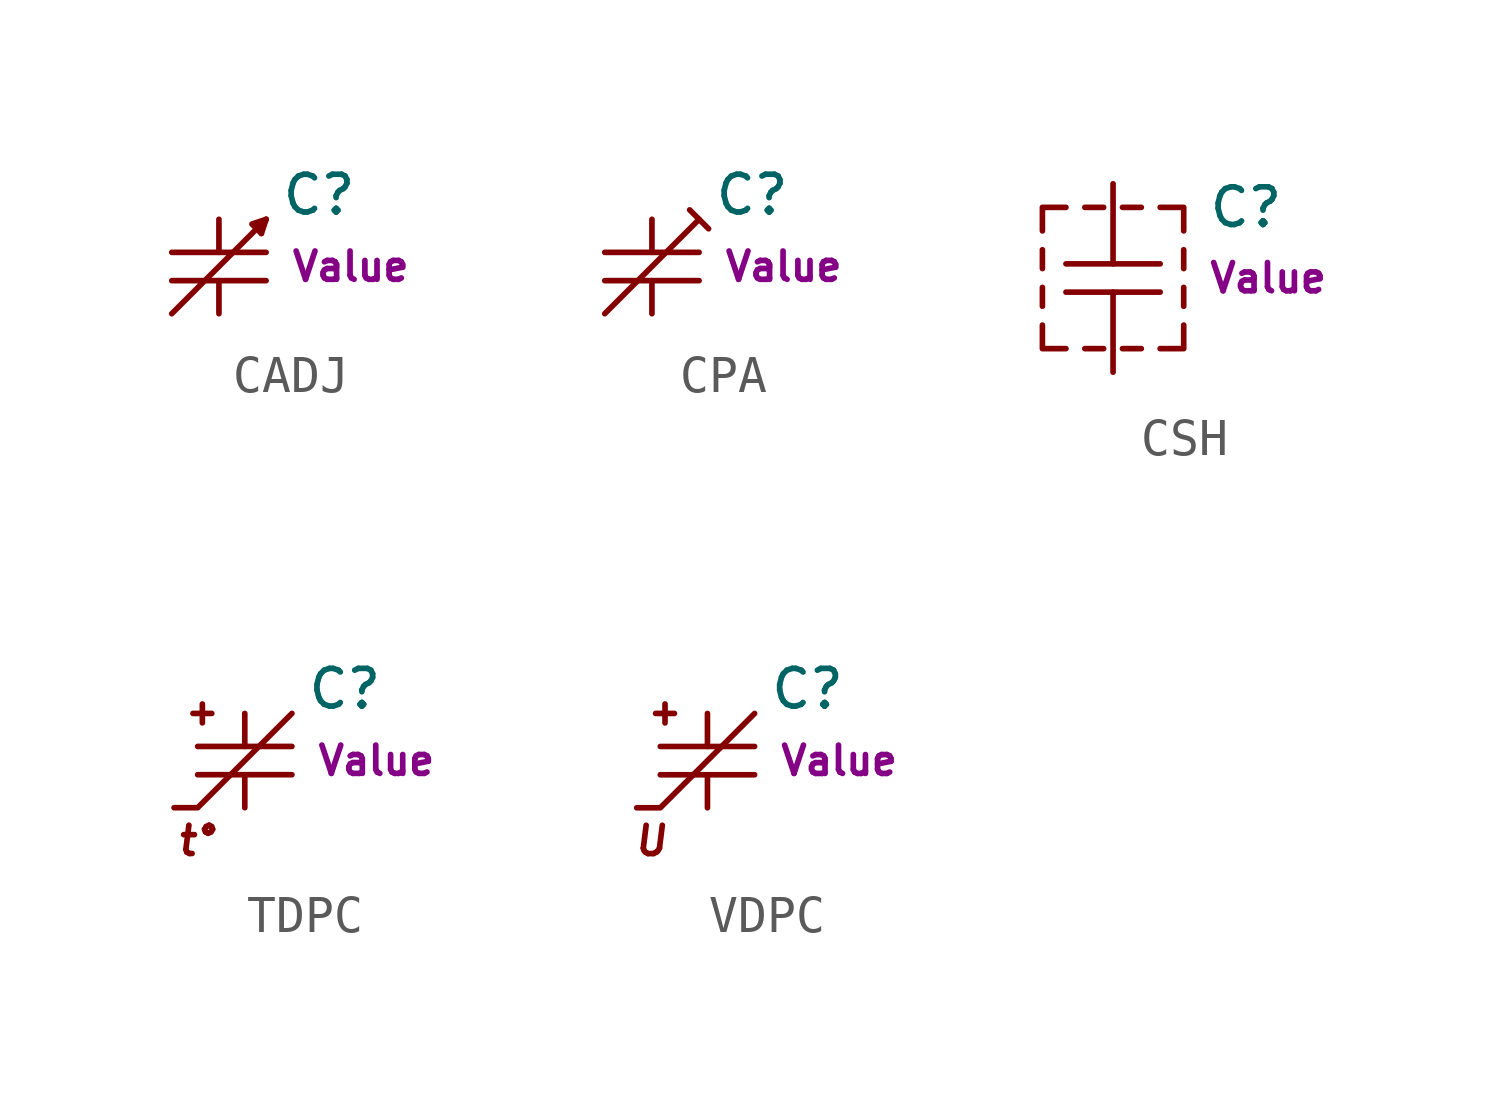
<source format=kicad_sym>
(kicad_symbol_lib
  (version 20211014)
  (generator kicad_symbol_editor)
  (symbol "CADJ"
    (pin_numbers hide)
    (pin_names
      (offset 0.254) hide)
    (property "Reference" "C"
      (at 1.651 1.93 0)
      (effects (font (size 1.016 1.016)) (justify left)))
    (property "Footprint" ""
      (at 0 0 0)
      (effects (font (size 1.524 1.524))))
    (property "Datasheet" ""
      (at 0 0 0)
      (effects (font (size 1.524 1.524))))
    (property "Unit" "Value"
      (at 1.905 0 0)
      (effects (font (size 0.762 0.762)) (justify left)))
    (symbol "CADJ_0_0"
      (polyline (pts (xy 1.27 1.27) (xy -1.27 -1.27)) (stroke (width 0) (type default) (color 0 0 0 0)) (fill (type none)))
      (polyline (pts (xy 1.27 1.27) (xy 1.143 0.889)) (stroke (width 0) (type default) (color 0 0 0 0)) (fill (type none)))
      (polyline (pts (xy 1.143 0.889) (xy 0.889 1.143) (xy 1.27 1.27)) (stroke (width 0) (type default) (color 0 0 0 0)) (fill (type outline))))
    (symbol "CADJ_0_1"
      (polyline (pts (xy -1.27 -0.381) (xy 1.27 -0.381)) (stroke (width 0) (type default) (color 0 0 0 0)) (fill (type none)))
      (polyline (pts (xy -1.27 0.381) (xy 1.27 0.381)) (stroke (width 0) (type default) (color 0 0 0 0)) (fill (type none))))
    (symbol "CADJ_1_1"
      (pin passive line (at 0 1.27 270) (length 0.889) (name "~" (effects (font (size 1.016 1.016)))) (number "1" (effects (font (size 1.016 1.016)))))
      (pin passive line (at 0 -1.27 90) (length 0.889) (name "~" (effects (font (size 1.016 1.016)))) (number "2" (effects (font (size 1.016 1.016)))))))
  (symbol "CPA"
    (pin_numbers hide)
    (pin_names
      (offset 0.254) hide)
    (property "Reference" "C"
      (at 1.651 1.93 0)
      (effects (font (size 1.016 1.016)) (justify left)))
    (property "Footprint" ""
      (at 0 0 0)
      (effects (font (size 1.524 1.524))))
    (property "Datasheet" ""
      (at 0 0 0)
      (effects (font (size 1.524 1.524))))
    (property "Unit" "Value"
      (at 1.905 0 0)
      (effects (font (size 0.762 0.762)) (justify left)))
    (symbol "CPA_0_0"
      (polyline (pts (xy 1.016 1.524) (xy 1.524 1.016)) (stroke (width 0) (type default) (color 0 0 0 0)) (fill (type none)))
      (polyline (pts (xy 1.27 1.27) (xy -1.27 -1.27)) (stroke (width 0) (type default) (color 0 0 0 0)) (fill (type none))))
    (symbol "CPA_0_1"
      (polyline (pts (xy -1.27 -0.381) (xy 1.27 -0.381)) (stroke (width 0) (type default) (color 0 0 0 0)) (fill (type none)))
      (polyline (pts (xy -1.27 0.381) (xy 1.27 0.381)) (stroke (width 0) (type default) (color 0 0 0 0)) (fill (type none))))
    (symbol "CPA_1_1"
      (pin passive line (at 0 1.27 270) (length 0.889) (name "~" (effects (font (size 1.016 1.016)))) (number "1" (effects (font (size 1.016 1.016)))))
      (pin passive line (at 0 -1.27 90) (length 0.889) (name "~" (effects (font (size 1.016 1.016)))) (number "2" (effects (font (size 1.016 1.016)))))))
  (symbol "CSH"
    (pin_numbers hide)
    (pin_names
      (offset 0.254) hide)
    (property "Reference" "C"
      (at 2.54 1.905 0)
      (effects (font (size 1.016 1.016)) (justify left)))
    (property "Footprint" ""
      (at 0 0 0)
      (effects (font (size 1.524 1.524))))
    (property "Datasheet" ""
      (at 0 0 0)
      (effects (font (size 1.524 1.524))))
    (property "Unit" "Value"
      (at 2.54 0 0)
      (effects (font (size 0.762 0.762)) (justify left)))
    (symbol "CSH_0_0"
      (polyline (pts (xy -1.905 -0.254) (xy -1.905 -0.762)) (stroke (width 0) (type default) (color 0 0 0 0)) (fill (type none)))
      (polyline (pts (xy -1.905 0.762) (xy -1.905 0.254)) (stroke (width 0) (type default) (color 0 0 0 0)) (fill (type none)))
      (polyline (pts (xy -0.762 -1.905) (xy -0.254 -1.905)) (stroke (width 0) (type default) (color 0 0 0 0)) (fill (type none)))
      (polyline (pts (xy -0.762 1.905) (xy -0.254 1.905)) (stroke (width 0) (type default) (color 0 0 0 0)) (fill (type none)))
      (polyline (pts (xy 0.254 -1.905) (xy 0.762 -1.905)) (stroke (width 0) (type default) (color 0 0 0 0)) (fill (type none)))
      (polyline (pts (xy 0.254 1.905) (xy 0.762 1.905)) (stroke (width 0) (type default) (color 0 0 0 0)) (fill (type none)))
      (polyline (pts (xy 1.905 -0.254) (xy 1.905 -0.762)) (stroke (width 0) (type default) (color 0 0 0 0)) (fill (type none)))
      (polyline (pts (xy 1.905 0.762) (xy 1.905 0.254)) (stroke (width 0) (type default) (color 0 0 0 0)) (fill (type none)))
      (polyline (pts (xy -1.905 1.27) (xy -1.905 1.905) (xy -1.27 1.905)) (stroke (width 0) (type default) (color 0 0 0 0)) (fill (type none)))
      (polyline (pts (xy -1.27 -1.905) (xy -1.905 -1.905) (xy -1.905 -1.27)) (stroke (width 0) (type default) (color 0 0 0 0)) (fill (type none)))
      (polyline (pts (xy 1.27 1.905) (xy 1.905 1.905) (xy 1.905 1.27)) (stroke (width 0) (type default) (color 0 0 0 0)) (fill (type none)))
      (polyline (pts (xy 1.905 -1.27) (xy 1.905 -1.905) (xy 1.27 -1.905)) (stroke (width 0) (type default) (color 0 0 0 0)) (fill (type none))))
    (symbol "CSH_0_1"
      (polyline (pts (xy -1.27 -0.381) (xy 1.27 -0.381)) (stroke (width 0) (type default) (color 0 0 0 0)) (fill (type none)))
      (polyline (pts (xy -1.27 0.381) (xy 1.27 0.381)) (stroke (width 0) (type default) (color 0 0 0 0)) (fill (type none))))
    (symbol "CSH_1_1"
      (pin passive line (at 0 2.54 270) (length 2.159) (name "~" (effects (font (size 1.016 1.016)))) (number "1" (effects (font (size 1.016 1.016)))))
      (pin passive line (at 0 -2.54 90) (length 2.159) (name "~" (effects (font (size 1.016 1.016)))) (number "2" (effects (font (size 1.016 1.016)))))))
  (symbol "TDPC"
    (pin_numbers hide)
    (pin_names
      (offset 0.254) hide)
    (property "Reference" "C"
      (at 1.651 1.93 0)
      (effects (font (size 1.016 1.016)) (justify left)))
    (property "Footprint" ""
      (at 0 0 0)
      (effects (font (size 1.524 1.524))))
    (property "Datasheet" ""
      (at 0 0 0)
      (effects (font (size 1.524 1.524))))
    (property "Unit" "Value"
      (at 1.905 0 0)
      (effects (font (size 0.762 0.762)) (justify left)))
    (symbol "TDPC_0_0"
      (text "t°" (at -1.27 -2.159 0) (effects (font (size 0.762 0.762) italic))))
    (symbol "TDPC_0_1"
      (polyline (pts (xy -1.397 1.27) (xy -0.889 1.27)) (stroke (width 0) (type default) (color 0 0 0 0)) (fill (type none)))
      (polyline (pts (xy -1.27 -0.381) (xy 1.27 -0.381)) (stroke (width 0) (type default) (color 0 0 0 0)) (fill (type none)))
      (polyline (pts (xy -1.27 0.381) (xy 1.27 0.381)) (stroke (width 0) (type default) (color 0 0 0 0)) (fill (type none)))
      (polyline (pts (xy -1.143 1.524) (xy -1.143 1.016)) (stroke (width 0) (type default) (color 0 0 0 0)) (fill (type none)))
      (polyline (pts (xy 1.27 1.27) (xy -1.27 -1.27) (xy -1.905 -1.27)) (stroke (width 0) (type default) (color 0 0 0 0)) (fill (type none))))
    (symbol "TDPC_1_1"
      (pin passive line (at 0 1.27 270) (length 0.889) (name "~" (effects (font (size 1.016 1.016)))) (number "1" (effects (font (size 1.016 1.016)))))
      (pin passive line (at 0 -1.27 90) (length 0.889) (name "~" (effects (font (size 1.016 1.016)))) (number "2" (effects (font (size 1.016 1.016)))))))
  (symbol "VDPC"
    (pin_numbers hide)
    (pin_names
      (offset 0.254) hide)
    (property "Reference" "C"
      (at 1.651 1.93 0)
      (effects (font (size 1.016 1.016)) (justify left)))
    (property "Footprint" ""
      (at 0 0 0)
      (effects (font (size 1.524 1.524))))
    (property "Datasheet" ""
      (at 0 0 0)
      (effects (font (size 1.524 1.524))))
    (property "Unit" "Value"
      (at 1.905 0 0)
      (effects (font (size 0.762 0.762)) (justify left)))
    (symbol "VDPC_0_0"
      (text "U" (at -1.524 -2.159 0) (effects (font (size 0.762 0.762) italic))))
    (symbol "VDPC_0_1"
      (polyline (pts (xy -1.397 1.27) (xy -0.889 1.27)) (stroke (width 0) (type default) (color 0 0 0 0)) (fill (type none)))
      (polyline (pts (xy -1.27 -0.381) (xy 1.27 -0.381)) (stroke (width 0) (type default) (color 0 0 0 0)) (fill (type none)))
      (polyline (pts (xy -1.27 0.381) (xy 1.27 0.381)) (stroke (width 0) (type default) (color 0 0 0 0)) (fill (type none)))
      (polyline (pts (xy -1.143 1.524) (xy -1.143 1.016)) (stroke (width 0) (type default) (color 0 0 0 0)) (fill (type none)))
      (polyline (pts (xy 1.27 1.27) (xy -1.27 -1.27) (xy -1.905 -1.27)) (stroke (width 0) (type default) (color 0 0 0 0)) (fill (type none))))
    (symbol "VDPC_1_1"
      (pin passive line (at 0 1.27 270) (length 0.889) (name "~" (effects (font (size 1.016 1.016)))) (number "1" (effects (font (size 1.016 1.016)))))
      (pin passive line (at 0 -1.27 90) (length 0.889) (name "~" (effects (font (size 1.016 1.016)))) (number "2" (effects (font (size 1.016 1.016))))))))
</source>
